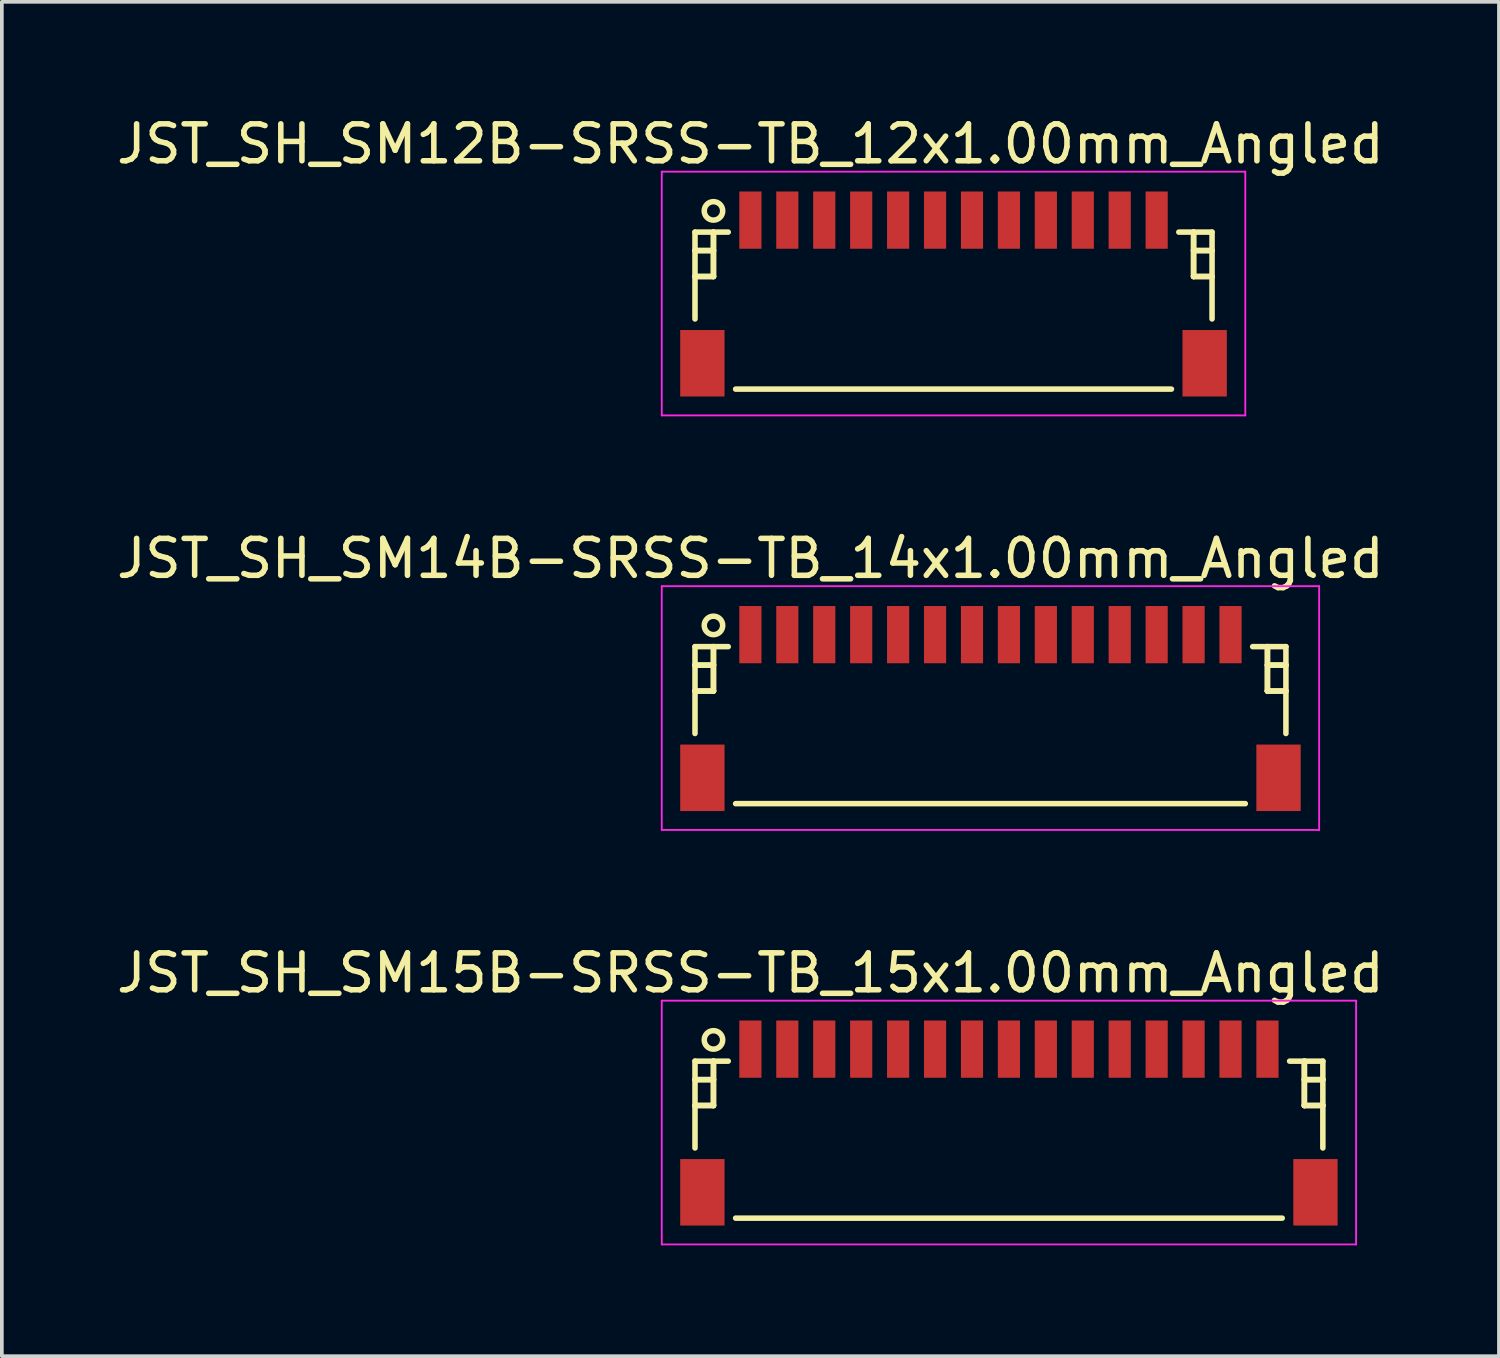
<source format=kicad_pcb>
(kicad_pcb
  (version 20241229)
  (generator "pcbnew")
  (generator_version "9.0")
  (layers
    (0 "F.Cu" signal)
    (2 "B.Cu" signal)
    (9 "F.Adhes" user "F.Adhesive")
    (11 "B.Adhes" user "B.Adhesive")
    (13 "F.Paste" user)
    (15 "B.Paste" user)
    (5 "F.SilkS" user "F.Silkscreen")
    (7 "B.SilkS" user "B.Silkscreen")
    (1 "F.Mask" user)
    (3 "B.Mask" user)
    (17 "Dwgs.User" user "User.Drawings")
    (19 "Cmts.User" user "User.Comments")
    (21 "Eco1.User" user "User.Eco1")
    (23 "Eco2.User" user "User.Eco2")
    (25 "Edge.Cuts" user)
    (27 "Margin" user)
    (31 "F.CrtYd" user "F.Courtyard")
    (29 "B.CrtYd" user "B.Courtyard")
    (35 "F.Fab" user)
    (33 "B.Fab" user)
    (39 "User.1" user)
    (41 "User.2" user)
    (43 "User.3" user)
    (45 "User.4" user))
  (footprint "JST_SH_SM14B-SRSS-TB_14x1.00mm_Angled"
    (layer "F.Cu")
    (at 23.768 16.072)
    (property "Reference" "JST_SH_SM14B-SRSS-TB_14x1.00mm_Angled" (at -6.5 -4 0) (layer "F.SilkS") (effects (font (size 1 1) (thickness 0.15))))
    (attr smd)
    (fp_line (start -8 -1.613) (end -7.1 -1.613) (stroke (width 0.15) (type solid)) (layer "F.SilkS"))
    (fp_line (start -8 -1.113) (end -8 -1.113) (stroke (width 0.15) (type solid)) (layer "F.SilkS"))
    (fp_line (start -8 -1.113) (end -7.5 -1.113) (stroke (width 0.15) (type solid)) (layer "F.SilkS"))
    (fp_line (start -8 -0.412) (end -8 -0.412) (stroke (width 0.15) (type solid)) (layer "F.SilkS"))
    (fp_line (start -8 -0.412) (end -7.5 -0.412) (stroke (width 0.15) (type solid)) (layer "F.SilkS"))
    (fp_line (start -8 0.738) (end -8 -1.613) (stroke (width 0.15) (type solid)) (layer "F.SilkS"))
    (fp_line (start -7.5 -1.613) (end -7.5 -1.613) (stroke (width 0.15) (type solid)) (layer "F.SilkS"))
    (fp_line (start -7.5 -1.613) (end -7.5 -0.412) (stroke (width 0.15) (type solid)) (layer "F.SilkS"))
    (fp_line (start -7.5 -1.113) (end -8 -1.113) (stroke (width 0.15) (type solid)) (layer "F.SilkS"))
    (fp_line (start -7.5 -1.113) (end -7.5 -1.113) (stroke (width 0.15) (type solid)) (layer "F.SilkS"))
    (fp_line (start -7.5 -0.412) (end -8 -0.412) (stroke (width 0.15) (type solid)) (layer "F.SilkS"))
    (fp_line (start -7.5 -0.412) (end -7.5 -1.613) (stroke (width 0.15) (type solid)) (layer "F.SilkS"))
    (fp_line (start -7.5 -0.412) (end -7.5 -0.412) (stroke (width 0.15) (type solid)) (layer "F.SilkS"))
    (fp_line (start -7.5 -0.412) (end -7.5 -0.412) (stroke (width 0.15) (type solid)) (layer "F.SilkS"))
    (fp_line (start -6.9 2.638) (end 6.9 2.638) (stroke (width 0.15) (type solid)) (layer "F.SilkS"))
    (fp_line (start 7.5 -1.613) (end 7.5 -1.613) (stroke (width 0.15) (type solid)) (layer "F.SilkS"))
    (fp_line (start 7.5 -1.613) (end 7.5 -0.412) (stroke (width 0.15) (type solid)) (layer "F.SilkS"))
    (fp_line (start 7.5 -1.113) (end 7.5 -1.113) (stroke (width 0.15) (type solid)) (layer "F.SilkS"))
    (fp_line (start 7.5 -1.113) (end 8 -1.113) (stroke (width 0.15) (type solid)) (layer "F.SilkS"))
    (fp_line (start 7.5 -0.412) (end 7.5 -1.613) (stroke (width 0.15) (type solid)) (layer "F.SilkS"))
    (fp_line (start 7.5 -0.412) (end 7.5 -0.412) (stroke (width 0.15) (type solid)) (layer "F.SilkS"))
    (fp_line (start 7.5 -0.412) (end 7.5 -0.412) (stroke (width 0.15) (type solid)) (layer "F.SilkS"))
    (fp_line (start 7.5 -0.412) (end 8 -0.412) (stroke (width 0.15) (type solid)) (layer "F.SilkS"))
    (fp_line (start 8 -1.613) (end 7.1 -1.613) (stroke (width 0.15) (type solid)) (layer "F.SilkS"))
    (fp_line (start 8 -1.113) (end 7.5 -1.113) (stroke (width 0.15) (type solid)) (layer "F.SilkS"))
    (fp_line (start 8 -1.113) (end 8 -1.113) (stroke (width 0.15) (type solid)) (layer "F.SilkS"))
    (fp_line (start 8 -0.412) (end 7.5 -0.412) (stroke (width 0.15) (type solid)) (layer "F.SilkS"))
    (fp_line (start 8 -0.412) (end 8 -0.412) (stroke (width 0.15) (type solid)) (layer "F.SilkS"))
    (fp_line (start 8 0.738) (end 8 -1.613) (stroke (width 0.15) (type solid)) (layer "F.SilkS"))
    (fp_circle (center -7.5 -2.188) (end -7.25 -2.188) (stroke (width 0.15) (type solid)) (fill no) (layer "F.SilkS"))
    (fp_line (start -8.9 -3.25) (end 8.9 -3.25) (stroke (width 0.05) (type solid)) (layer "F.CrtYd"))
    (fp_line (start -8.9 3.35) (end -8.9 -3.25) (stroke (width 0.05) (type solid)) (layer "F.CrtYd"))
    (fp_line (start 8.9 -3.25) (end 8.9 3.35) (stroke (width 0.05) (type solid)) (layer "F.CrtYd"))
    (fp_line (start 8.9 3.35) (end -8.9 3.35) (stroke (width 0.05) (type solid)) (layer "F.CrtYd"))
    (pad "" smd rect (at -7.8 1.938) (size 1.2 1.8) (layers "F.Cu" "F.Mask" "F.Paste"))
    (pad "" smd rect (at 7.8 1.938) (size 1.2 1.8) (layers "F.Cu" "F.Mask" "F.Paste"))
    (pad "1" smd rect (at -6.5 -1.938) (size 0.6 1.55) (layers "F.Cu" "F.Mask" "F.Paste"))
    (pad "2" smd rect (at -5.5 -1.938) (size 0.6 1.55) (layers "F.Cu" "F.Mask" "F.Paste"))
    (pad "3" smd rect (at -4.5 -1.938) (size 0.6 1.55) (layers "F.Cu" "F.Mask" "F.Paste"))
    (pad "4" smd rect (at -3.5 -1.938) (size 0.6 1.55) (layers "F.Cu" "F.Mask" "F.Paste"))
    (pad "5" smd rect (at -2.5 -1.938) (size 0.6 1.55) (layers "F.Cu" "F.Mask" "F.Paste"))
    (pad "6" smd rect (at -1.5 -1.938) (size 0.6 1.55) (layers "F.Cu" "F.Mask" "F.Paste"))
    (pad "7" smd rect (at -0.5 -1.938) (size 0.6 1.55) (layers "F.Cu" "F.Mask" "F.Paste"))
    (pad "8" smd rect (at 0.5 -1.938) (size 0.6 1.55) (layers "F.Cu" "F.Mask" "F.Paste"))
    (pad "9" smd rect (at 1.5 -1.938) (size 0.6 1.55) (layers "F.Cu" "F.Mask" "F.Paste"))
    (pad "10" smd rect (at 2.5 -1.938) (size 0.6 1.55) (layers "F.Cu" "F.Mask" "F.Paste"))
    (pad "11" smd rect (at 3.5 -1.938) (size 0.6 1.55) (layers "F.Cu" "F.Mask" "F.Paste"))
    (pad "12" smd rect (at 4.5 -1.938) (size 0.6 1.55) (layers "F.Cu" "F.Mask" "F.Paste"))
    (pad "13" smd rect (at 5.5 -1.938) (size 0.6 1.55) (layers "F.Cu" "F.Mask" "F.Paste"))
    (pad "14" smd rect (at 6.5 -1.938) (size 0.6 1.55) (layers "F.Cu" "F.Mask" "F.Paste")))
  (footprint "JST_SH_SM15B-SRSS-TB_15x1.00mm_Angled"
    (layer "F.Cu")
    (at 24.268 27.295)
    (property "Reference" "JST_SH_SM15B-SRSS-TB_15x1.00mm_Angled" (at -7 -4 0) (layer "F.SilkS") (effects (font (size 1 1) (thickness 0.15))))
    (attr smd)
    (fp_line (start -8.5 -1.613) (end -7.6 -1.613) (stroke (width 0.15) (type solid)) (layer "F.SilkS"))
    (fp_line (start -8.5 -1.113) (end -8.5 -1.113) (stroke (width 0.15) (type solid)) (layer "F.SilkS"))
    (fp_line (start -8.5 -1.113) (end -8 -1.113) (stroke (width 0.15) (type solid)) (layer "F.SilkS"))
    (fp_line (start -8.5 -0.412) (end -8.5 -0.412) (stroke (width 0.15) (type solid)) (layer "F.SilkS"))
    (fp_line (start -8.5 -0.412) (end -8 -0.412) (stroke (width 0.15) (type solid)) (layer "F.SilkS"))
    (fp_line (start -8.5 0.738) (end -8.5 -1.613) (stroke (width 0.15) (type solid)) (layer "F.SilkS"))
    (fp_line (start -8 -1.613) (end -8 -1.613) (stroke (width 0.15) (type solid)) (layer "F.SilkS"))
    (fp_line (start -8 -1.613) (end -8 -0.412) (stroke (width 0.15) (type solid)) (layer "F.SilkS"))
    (fp_line (start -8 -1.113) (end -8.5 -1.113) (stroke (width 0.15) (type solid)) (layer "F.SilkS"))
    (fp_line (start -8 -1.113) (end -8 -1.113) (stroke (width 0.15) (type solid)) (layer "F.SilkS"))
    (fp_line (start -8 -0.412) (end -8.5 -0.412) (stroke (width 0.15) (type solid)) (layer "F.SilkS"))
    (fp_line (start -8 -0.412) (end -8 -1.613) (stroke (width 0.15) (type solid)) (layer "F.SilkS"))
    (fp_line (start -8 -0.412) (end -8 -0.412) (stroke (width 0.15) (type solid)) (layer "F.SilkS"))
    (fp_line (start -8 -0.412) (end -8 -0.412) (stroke (width 0.15) (type solid)) (layer "F.SilkS"))
    (fp_line (start -7.4 2.638) (end 7.4 2.638) (stroke (width 0.15) (type solid)) (layer "F.SilkS"))
    (fp_line (start 8 -1.613) (end 8 -1.613) (stroke (width 0.15) (type solid)) (layer "F.SilkS"))
    (fp_line (start 8 -1.613) (end 8 -0.412) (stroke (width 0.15) (type solid)) (layer "F.SilkS"))
    (fp_line (start 8 -1.113) (end 8 -1.113) (stroke (width 0.15) (type solid)) (layer "F.SilkS"))
    (fp_line (start 8 -1.113) (end 8.5 -1.113) (stroke (width 0.15) (type solid)) (layer "F.SilkS"))
    (fp_line (start 8 -0.412) (end 8 -1.613) (stroke (width 0.15) (type solid)) (layer "F.SilkS"))
    (fp_line (start 8 -0.412) (end 8 -0.412) (stroke (width 0.15) (type solid)) (layer "F.SilkS"))
    (fp_line (start 8 -0.412) (end 8 -0.412) (stroke (width 0.15) (type solid)) (layer "F.SilkS"))
    (fp_line (start 8 -0.412) (end 8.5 -0.412) (stroke (width 0.15) (type solid)) (layer "F.SilkS"))
    (fp_line (start 8.5 -1.613) (end 7.6 -1.613) (stroke (width 0.15) (type solid)) (layer "F.SilkS"))
    (fp_line (start 8.5 -1.113) (end 8 -1.113) (stroke (width 0.15) (type solid)) (layer "F.SilkS"))
    (fp_line (start 8.5 -1.113) (end 8.5 -1.113) (stroke (width 0.15) (type solid)) (layer "F.SilkS"))
    (fp_line (start 8.5 -0.412) (end 8 -0.412) (stroke (width 0.15) (type solid)) (layer "F.SilkS"))
    (fp_line (start 8.5 -0.412) (end 8.5 -0.412) (stroke (width 0.15) (type solid)) (layer "F.SilkS"))
    (fp_line (start 8.5 0.738) (end 8.5 -1.613) (stroke (width 0.15) (type solid)) (layer "F.SilkS"))
    (fp_circle (center -8 -2.188) (end -7.75 -2.188) (stroke (width 0.15) (type solid)) (fill no) (layer "F.SilkS"))
    (fp_line (start -9.4 -3.25) (end 9.4 -3.25) (stroke (width 0.05) (type solid)) (layer "F.CrtYd"))
    (fp_line (start -9.4 3.35) (end -9.4 -3.25) (stroke (width 0.05) (type solid)) (layer "F.CrtYd"))
    (fp_line (start 9.4 -3.25) (end 9.4 3.35) (stroke (width 0.05) (type solid)) (layer "F.CrtYd"))
    (fp_line (start 9.4 3.35) (end -9.4 3.35) (stroke (width 0.05) (type solid)) (layer "F.CrtYd"))
    (pad "" smd rect (at -8.3 1.938) (size 1.2 1.8) (layers "F.Cu" "F.Mask" "F.Paste"))
    (pad "" smd rect (at 8.3 1.938) (size 1.2 1.8) (layers "F.Cu" "F.Mask" "F.Paste"))
    (pad "1" smd rect (at -7 -1.938) (size 0.6 1.55) (layers "F.Cu" "F.Mask" "F.Paste"))
    (pad "2" smd rect (at -6 -1.938) (size 0.6 1.55) (layers "F.Cu" "F.Mask" "F.Paste"))
    (pad "3" smd rect (at -5 -1.938) (size 0.6 1.55) (layers "F.Cu" "F.Mask" "F.Paste"))
    (pad "4" smd rect (at -4 -1.938) (size 0.6 1.55) (layers "F.Cu" "F.Mask" "F.Paste"))
    (pad "5" smd rect (at -3 -1.938) (size 0.6 1.55) (layers "F.Cu" "F.Mask" "F.Paste"))
    (pad "6" smd rect (at -2 -1.938) (size 0.6 1.55) (layers "F.Cu" "F.Mask" "F.Paste"))
    (pad "7" smd rect (at -1 -1.938) (size 0.6 1.55) (layers "F.Cu" "F.Mask" "F.Paste"))
    (pad "8" smd rect (at 0 -1.938) (size 0.6 1.55) (layers "F.Cu" "F.Mask" "F.Paste"))
    (pad "9" smd rect (at 1 -1.938) (size 0.6 1.55) (layers "F.Cu" "F.Mask" "F.Paste"))
    (pad "10" smd rect (at 2 -1.938) (size 0.6 1.55) (layers "F.Cu" "F.Mask" "F.Paste"))
    (pad "11" smd rect (at 3 -1.938) (size 0.6 1.55) (layers "F.Cu" "F.Mask" "F.Paste"))
    (pad "12" smd rect (at 4 -1.938) (size 0.6 1.55) (layers "F.Cu" "F.Mask" "F.Paste"))
    (pad "13" smd rect (at 5 -1.938) (size 0.6 1.55) (layers "F.Cu" "F.Mask" "F.Paste"))
    (pad "14" smd rect (at 6 -1.938) (size 0.6 1.55) (layers "F.Cu" "F.Mask" "F.Paste"))
    (pad "15" smd rect (at 7 -1.938) (size 0.6 1.55) (layers "F.Cu" "F.Mask" "F.Paste")))
  (footprint "JST_SH_SM12B-SRSS-TB_12x1.00mm_Angled"
    (layer "F.Cu")
    (at 22.768 4.848)
    (property "Reference" "JST_SH_SM12B-SRSS-TB_12x1.00mm_Angled" (at -5.5 -4 0) (layer "F.SilkS") (effects (font (size 1 1) (thickness 0.15))))
    (attr smd)
    (fp_line (start -7 -1.613) (end -6.1 -1.613) (stroke (width 0.15) (type solid)) (layer "F.SilkS"))
    (fp_line (start -7 -1.113) (end -7 -1.113) (stroke (width 0.15) (type solid)) (layer "F.SilkS"))
    (fp_line (start -7 -1.113) (end -6.5 -1.113) (stroke (width 0.15) (type solid)) (layer "F.SilkS"))
    (fp_line (start -7 -0.412) (end -7 -0.412) (stroke (width 0.15) (type solid)) (layer "F.SilkS"))
    (fp_line (start -7 -0.412) (end -6.5 -0.412) (stroke (width 0.15) (type solid)) (layer "F.SilkS"))
    (fp_line (start -7 0.738) (end -7 -1.613) (stroke (width 0.15) (type solid)) (layer "F.SilkS"))
    (fp_line (start -6.5 -1.613) (end -6.5 -1.613) (stroke (width 0.15) (type solid)) (layer "F.SilkS"))
    (fp_line (start -6.5 -1.613) (end -6.5 -0.412) (stroke (width 0.15) (type solid)) (layer "F.SilkS"))
    (fp_line (start -6.5 -1.113) (end -7 -1.113) (stroke (width 0.15) (type solid)) (layer "F.SilkS"))
    (fp_line (start -6.5 -1.113) (end -6.5 -1.113) (stroke (width 0.15) (type solid)) (layer "F.SilkS"))
    (fp_line (start -6.5 -0.412) (end -7 -0.412) (stroke (width 0.15) (type solid)) (layer "F.SilkS"))
    (fp_line (start -6.5 -0.412) (end -6.5 -1.613) (stroke (width 0.15) (type solid)) (layer "F.SilkS"))
    (fp_line (start -6.5 -0.412) (end -6.5 -0.412) (stroke (width 0.15) (type solid)) (layer "F.SilkS"))
    (fp_line (start -6.5 -0.412) (end -6.5 -0.412) (stroke (width 0.15) (type solid)) (layer "F.SilkS"))
    (fp_line (start -5.9 2.638) (end 5.9 2.638) (stroke (width 0.15) (type solid)) (layer "F.SilkS"))
    (fp_line (start 6.5 -1.613) (end 6.5 -1.613) (stroke (width 0.15) (type solid)) (layer "F.SilkS"))
    (fp_line (start 6.5 -1.613) (end 6.5 -0.412) (stroke (width 0.15) (type solid)) (layer "F.SilkS"))
    (fp_line (start 6.5 -1.113) (end 6.5 -1.113) (stroke (width 0.15) (type solid)) (layer "F.SilkS"))
    (fp_line (start 6.5 -1.113) (end 7 -1.113) (stroke (width 0.15) (type solid)) (layer "F.SilkS"))
    (fp_line (start 6.5 -0.412) (end 6.5 -1.613) (stroke (width 0.15) (type solid)) (layer "F.SilkS"))
    (fp_line (start 6.5 -0.412) (end 6.5 -0.412) (stroke (width 0.15) (type solid)) (layer "F.SilkS"))
    (fp_line (start 6.5 -0.412) (end 6.5 -0.412) (stroke (width 0.15) (type solid)) (layer "F.SilkS"))
    (fp_line (start 6.5 -0.412) (end 7 -0.412) (stroke (width 0.15) (type solid)) (layer "F.SilkS"))
    (fp_line (start 7 -1.613) (end 6.1 -1.613) (stroke (width 0.15) (type solid)) (layer "F.SilkS"))
    (fp_line (start 7 -1.113) (end 6.5 -1.113) (stroke (width 0.15) (type solid)) (layer "F.SilkS"))
    (fp_line (start 7 -1.113) (end 7 -1.113) (stroke (width 0.15) (type solid)) (layer "F.SilkS"))
    (fp_line (start 7 -0.412) (end 6.5 -0.412) (stroke (width 0.15) (type solid)) (layer "F.SilkS"))
    (fp_line (start 7 -0.412) (end 7 -0.412) (stroke (width 0.15) (type solid)) (layer "F.SilkS"))
    (fp_line (start 7 0.738) (end 7 -1.613) (stroke (width 0.15) (type solid)) (layer "F.SilkS"))
    (fp_circle (center -6.5 -2.188) (end -6.25 -2.188) (stroke (width 0.15) (type solid)) (fill no) (layer "F.SilkS"))
    (fp_line (start -7.9 -3.25) (end 7.9 -3.25) (stroke (width 0.05) (type solid)) (layer "F.CrtYd"))
    (fp_line (start -7.9 3.35) (end -7.9 -3.25) (stroke (width 0.05) (type solid)) (layer "F.CrtYd"))
    (fp_line (start 7.9 -3.25) (end 7.9 3.35) (stroke (width 0.05) (type solid)) (layer "F.CrtYd"))
    (fp_line (start 7.9 3.35) (end -7.9 3.35) (stroke (width 0.05) (type solid)) (layer "F.CrtYd"))
    (pad "" smd rect (at -6.8 1.938) (size 1.2 1.8) (layers "F.Cu" "F.Mask" "F.Paste"))
    (pad "" smd rect (at 6.8 1.938) (size 1.2 1.8) (layers "F.Cu" "F.Mask" "F.Paste"))
    (pad "1" smd rect (at -5.5 -1.938) (size 0.6 1.55) (layers "F.Cu" "F.Mask" "F.Paste"))
    (pad "2" smd rect (at -4.5 -1.938) (size 0.6 1.55) (layers "F.Cu" "F.Mask" "F.Paste"))
    (pad "3" smd rect (at -3.5 -1.938) (size 0.6 1.55) (layers "F.Cu" "F.Mask" "F.Paste"))
    (pad "4" smd rect (at -2.5 -1.938) (size 0.6 1.55) (layers "F.Cu" "F.Mask" "F.Paste"))
    (pad "5" smd rect (at -1.5 -1.938) (size 0.6 1.55) (layers "F.Cu" "F.Mask" "F.Paste"))
    (pad "6" smd rect (at -0.5 -1.938) (size 0.6 1.55) (layers "F.Cu" "F.Mask" "F.Paste"))
    (pad "7" smd rect (at 0.5 -1.938) (size 0.6 1.55) (layers "F.Cu" "F.Mask" "F.Paste"))
    (pad "8" smd rect (at 1.5 -1.938) (size 0.6 1.55) (layers "F.Cu" "F.Mask" "F.Paste"))
    (pad "9" smd rect (at 2.5 -1.938) (size 0.6 1.55) (layers "F.Cu" "F.Mask" "F.Paste"))
    (pad "10" smd rect (at 3.5 -1.938) (size 0.6 1.55) (layers "F.Cu" "F.Mask" "F.Paste"))
    (pad "11" smd rect (at 4.5 -1.938) (size 0.6 1.55) (layers "F.Cu" "F.Mask" "F.Paste"))
    (pad "12" smd rect (at 5.5 -1.938) (size 0.6 1.55) (layers "F.Cu" "F.Mask" "F.Paste")))
  (gr_rect
    (start -3 -3)
    (end 37.536 33.67)
    (stroke (width 0.1) (type default))
    (fill no)
    (layer "Edge.Cuts")))
</source>
